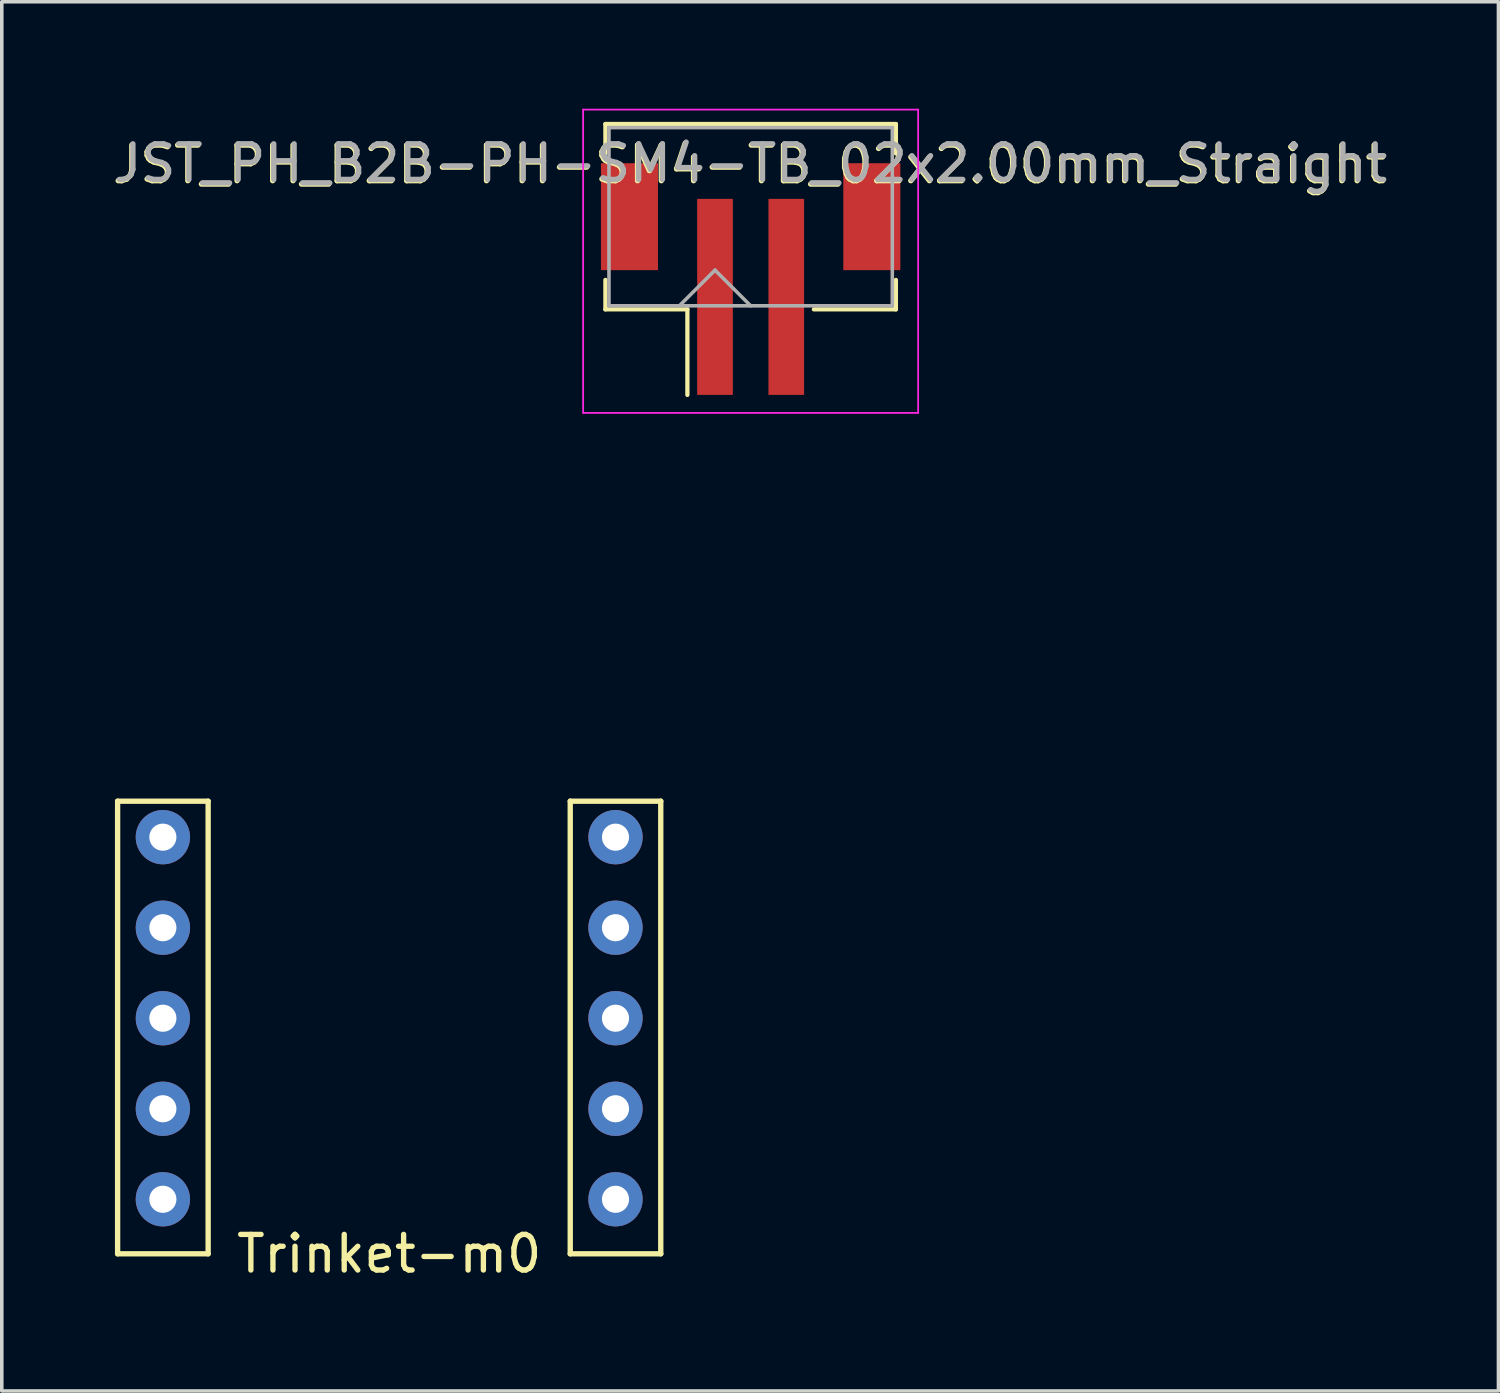
<source format=kicad_pcb>
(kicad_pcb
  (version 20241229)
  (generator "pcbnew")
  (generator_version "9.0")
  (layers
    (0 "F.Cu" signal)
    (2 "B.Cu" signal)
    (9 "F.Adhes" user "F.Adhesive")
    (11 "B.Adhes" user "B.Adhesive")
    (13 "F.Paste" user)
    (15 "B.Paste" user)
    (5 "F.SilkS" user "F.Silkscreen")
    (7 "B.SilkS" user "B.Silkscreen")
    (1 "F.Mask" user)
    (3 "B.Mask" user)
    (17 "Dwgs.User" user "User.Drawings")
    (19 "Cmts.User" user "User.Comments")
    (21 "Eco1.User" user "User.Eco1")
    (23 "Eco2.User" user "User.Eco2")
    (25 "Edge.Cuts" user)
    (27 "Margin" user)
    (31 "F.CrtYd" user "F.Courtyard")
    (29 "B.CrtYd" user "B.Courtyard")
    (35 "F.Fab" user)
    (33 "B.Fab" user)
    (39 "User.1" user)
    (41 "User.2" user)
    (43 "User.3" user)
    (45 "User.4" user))
  (footprint "Trinket-m0"
    (layer "F.Cu")
    (at 0.25 11.81)
    (property "Reference" "Trinket-m0" (at 7.62 20.32 0) (layer "F.SilkS") (effects (font (size 1 1) (thickness 0.15))))
    (attr through_hole)
    (fp_line (start 0 7.62) (end 2.54 7.62) (stroke (width 0.15) (type solid)) (layer "F.SilkS"))
    (fp_line (start 0 20.32) (end 0 7.62) (stroke (width 0.15) (type solid)) (layer "F.SilkS"))
    (fp_line (start 2.54 7.62) (end 2.54 20.32) (stroke (width 0.15) (type solid)) (layer "F.SilkS"))
    (fp_line (start 2.54 20.32) (end 0 20.32) (stroke (width 0.15) (type solid)) (layer "F.SilkS"))
    (fp_line (start 12.7 7.62) (end 15.24 7.62) (stroke (width 0.15) (type solid)) (layer "F.SilkS"))
    (fp_line (start 12.7 20.32) (end 12.7 7.62) (stroke (width 0.15) (type solid)) (layer "F.SilkS"))
    (fp_line (start 15.24 7.62) (end 15.24 20.32) (stroke (width 0.15) (type solid)) (layer "F.SilkS"))
    (fp_line (start 15.24 20.32) (end 12.7 20.32) (stroke (width 0.15) (type solid)) (layer "F.SilkS"))
    (pad "1" thru_hole circle (at 13.97 8.63) (size 1.524 1.524) (drill 0.762) (layers "*.Cu" "*.Mask"))
    (pad "2" thru_hole circle (at 13.97 11.17) (size 1.524 1.524) (drill 0.762) (layers "*.Cu" "*.Mask"))
    (pad "3" thru_hole circle (at 13.97 13.71) (size 1.524 1.524) (drill 0.762) (layers "*.Cu" "*.Mask"))
    (pad "4" thru_hole circle (at 13.97 16.25) (size 1.524 1.524) (drill 0.762) (layers "*.Cu" "*.Mask"))
    (pad "5" thru_hole circle (at 13.97 18.79) (size 1.524 1.524) (drill 0.762) (layers "*.Cu" "*.Mask"))
    (pad "6" thru_hole circle (at 1.27 8.63) (size 1.524 1.524) (drill 0.762) (layers "*.Cu" "*.Mask"))
    (pad "7" thru_hole circle (at 1.27 11.17) (size 1.524 1.524) (drill 0.762) (layers "*.Cu" "*.Mask"))
    (pad "8" thru_hole circle (at 1.27 13.71) (size 1.524 1.524) (drill 0.762) (layers "*.Cu" "*.Mask"))
    (pad "9" thru_hole circle (at 1.27 16.25) (size 1.524 1.524) (drill 0.762) (layers "*.Cu" "*.Mask"))
    (pad "10" thru_hole circle (at 1.27 18.79) (size 1.524 1.524) (drill 0.762) (layers "*.Cu" "*.Mask")))
  (footprint "JST_PH_B2B-PH-SM4-TB_02x2.00mm_Straight"
    (layer "F.Cu")
    (at 18.012 4.155)
    (property "Reference" "JST_PH_B2B-PH-SM4-TB_02x2.00mm_Straight" (at -0.03 -2.59 0) (layer "F.SilkS") (effects (font (size 1 1) (thickness 0.15))))
    (attr smd)
    (fp_line (start -4.075 -3.725) (end 4.075 -3.725) (stroke (width 0.12) (type solid)) (layer "F.SilkS"))
    (fp_line (start -4.075 -2.9) (end -4.075 -3.725) (stroke (width 0.12) (type solid)) (layer "F.SilkS"))
    (fp_line (start -4.075 0.65) (end -4.075 1.475) (stroke (width 0.12) (type solid)) (layer "F.SilkS"))
    (fp_line (start -4.075 1.475) (end -1.775 1.475) (stroke (width 0.12) (type solid)) (layer "F.SilkS"))
    (fp_line (start -1.775 1.475) (end -1.775 3.875) (stroke (width 0.12) (type solid)) (layer "F.SilkS"))
    (fp_line (start 4.075 -3.725) (end 4.075 -2.9) (stroke (width 0.12) (type solid)) (layer "F.SilkS"))
    (fp_line (start 4.075 0.65) (end 4.075 1.475) (stroke (width 0.12) (type solid)) (layer "F.SilkS"))
    (fp_line (start 4.075 1.475) (end 1.775 1.475) (stroke (width 0.12) (type solid)) (layer "F.SilkS"))
    (fp_line (start -4.7 -4.13) (end -4.7 4.38) (stroke (width 0.05) (type solid)) (layer "F.CrtYd"))
    (fp_line (start -4.7 4.38) (end 4.7 4.38) (stroke (width 0.05) (type solid)) (layer "F.CrtYd"))
    (fp_line (start 4.7 -4.13) (end -4.7 -4.13) (stroke (width 0.05) (type solid)) (layer "F.CrtYd"))
    (fp_line (start 4.7 4.38) (end 4.7 -4.13) (stroke (width 0.05) (type solid)) (layer "F.CrtYd"))
    (fp_line (start -3.975 -3.625) (end -3.975 1.375) (stroke (width 0.1) (type solid)) (layer "F.Fab"))
    (fp_line (start -3.975 1.375) (end 3.975 1.375) (stroke (width 0.1) (type solid)) (layer "F.Fab"))
    (fp_line (start -2 1.375) (end -1 0.375) (stroke (width 0.1) (type solid)) (layer "F.Fab"))
    (fp_line (start -1 0.375) (end 0 1.375) (stroke (width 0.1) (type solid)) (layer "F.Fab"))
    (fp_line (start 3.975 -3.625) (end -3.975 -3.625) (stroke (width 0.1) (type solid)) (layer "F.Fab"))
    (fp_line (start 3.975 1.375) (end 3.975 -3.625) (stroke (width 0.1) (type solid)) (layer "F.Fab"))
    (fp_text user "${REFERENCE}" (at 0 -2.625 0) (layer "F.Fab") (effects (font (size 1 1) (thickness 0.15))))
    (pad "" smd rect (at -3.4 -1.125) (size 1.6 3) (layers "F.Cu" "F.Mask" "F.Paste"))
    (pad "" smd rect (at 3.4 -1.125) (size 1.6 3) (layers "F.Cu" "F.Mask" "F.Paste"))
    (pad "1" smd rect (at -1 1.125) (size 1 5.5) (layers "F.Cu" "F.Mask" "F.Paste"))
    (pad "2" smd rect (at 1 1.125) (size 1 5.5) (layers "F.Cu" "F.Mask" "F.Paste")))
  (gr_rect
    (start -3 -3)
    (end 38.994 35.978)
    (stroke (width 0.1) (type default))
    (fill no)
    (layer "Edge.Cuts")))
</source>
